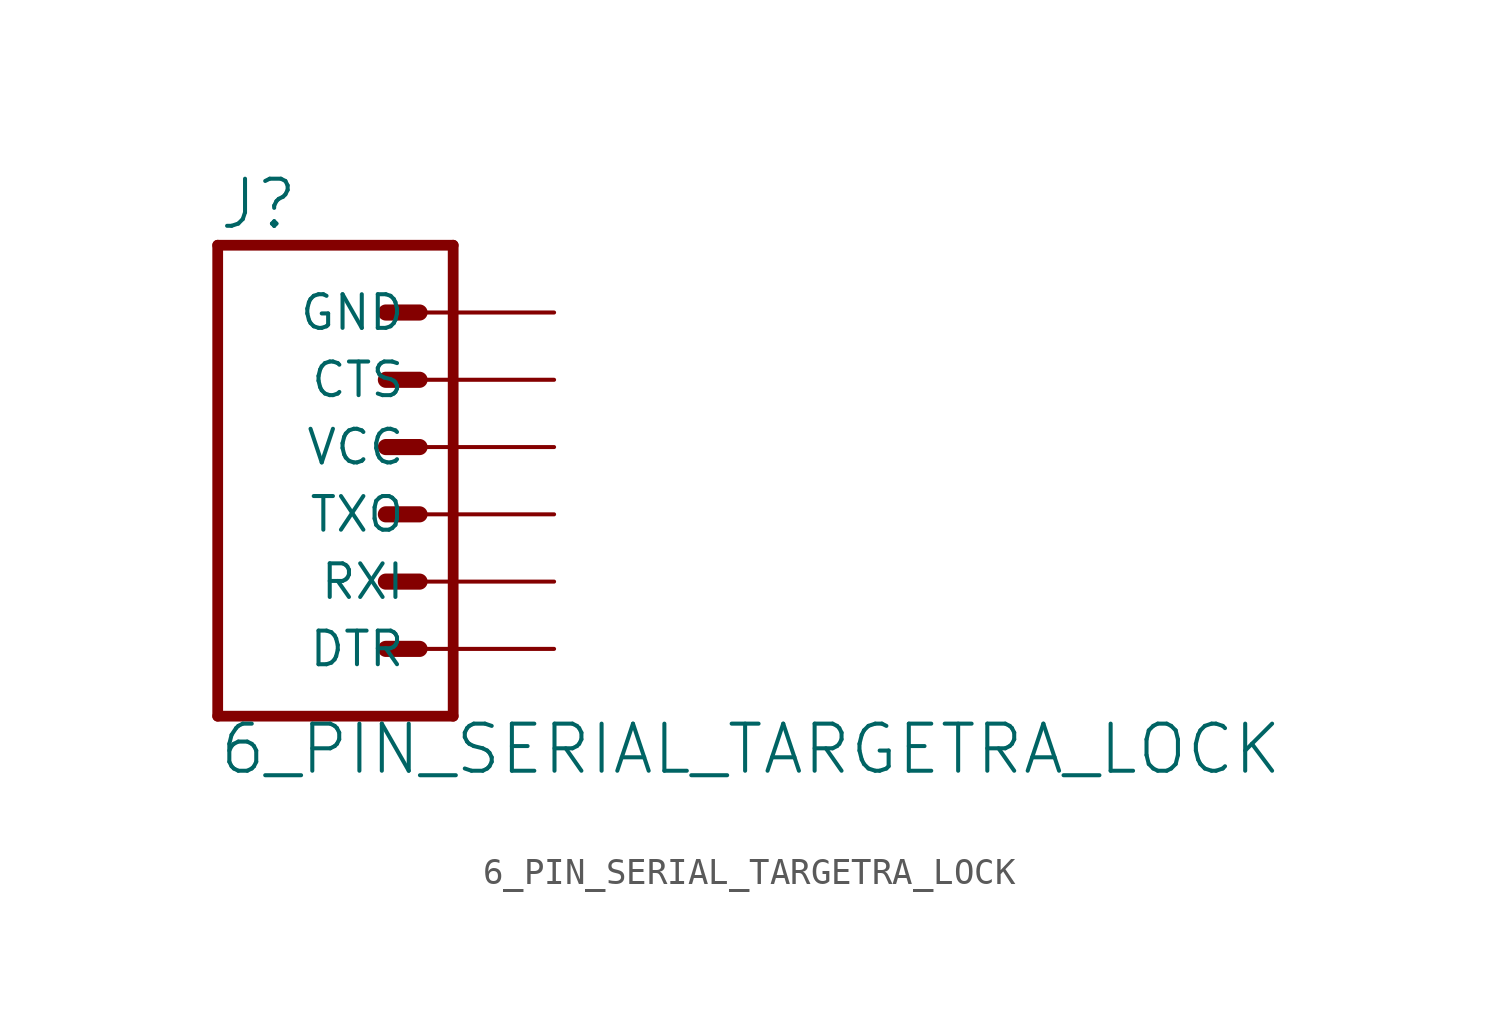
<source format=kicad_sym>
(kicad_symbol_lib
  (version 20211014)
  (generator kicad_symbol_editor)
  (symbol "6_PIN_SERIAL_TARGETRA_LOCK"
    (property "Reference" "J"
      (at -7.62 10.668 0)
      (effects (font (size 1.778 1.778)) (justify left bottom)))
    (property "Value" "6_PIN_SERIAL_TARGETRA_LOCK"
      (at -7.62 -9.906 0)
      (effects (font (size 1.778 1.778)) (justify left bottom)))
    (property "ki_locked" ""
      (at 0 0 0)
      (effects (font (size 1.27 1.27))))
    (symbol "6_PIN_SERIAL_TARGETRA_LOCK_1_0"
      (polyline (pts (xy -7.62 10.16) (xy -7.62 -7.62)) (stroke (width 0.406) (type default) (color 0 0 0 0)) (fill (type none)))
      (polyline (pts (xy -7.62 10.16) (xy 1.27 10.16)) (stroke (width 0.406) (type default) (color 0 0 0 0)) (fill (type none)))
      (polyline (pts (xy -1.27 -5.08) (xy 0 -5.08)) (stroke (width 0.61) (type default) (color 0 0 0 0)) (fill (type none)))
      (polyline (pts (xy -1.27 -2.54) (xy 0 -2.54)) (stroke (width 0.61) (type default) (color 0 0 0 0)) (fill (type none)))
      (polyline (pts (xy -1.27 0) (xy 0 0)) (stroke (width 0.61) (type default) (color 0 0 0 0)) (fill (type none)))
      (polyline (pts (xy -1.27 2.54) (xy 0 2.54)) (stroke (width 0.61) (type default) (color 0 0 0 0)) (fill (type none)))
      (polyline (pts (xy -1.27 5.08) (xy 0 5.08)) (stroke (width 0.61) (type default) (color 0 0 0 0)) (fill (type none)))
      (polyline (pts (xy -1.27 7.62) (xy 0 7.62)) (stroke (width 0.61) (type default) (color 0 0 0 0)) (fill (type none)))
      (polyline (pts (xy 1.27 -7.62) (xy -7.62 -7.62)) (stroke (width 0.406) (type default) (color 0 0 0 0)) (fill (type none)))
      (polyline (pts (xy 1.27 -7.62) (xy 1.27 10.16)) (stroke (width 0.406) (type default) (color 0 0 0 0)) (fill (type none)))
      (pin passive line (at 5.08 7.62 180) (length 5.08) (name "GND" (effects (font (size 1.27 1.27)))) (number "1" (effects (font (size 0 0)))))
      (pin passive line (at 5.08 5.08 180) (length 5.08) (name "CTS" (effects (font (size 1.27 1.27)))) (number "2" (effects (font (size 0 0)))))
      (pin passive line (at 5.08 2.54 180) (length 5.08) (name "VCC" (effects (font (size 1.27 1.27)))) (number "3" (effects (font (size 0 0)))))
      (pin passive line (at 5.08 0 180) (length 5.08) (name "TXO" (effects (font (size 1.27 1.27)))) (number "4" (effects (font (size 0 0)))))
      (pin passive line (at 5.08 -2.54 180) (length 5.08) (name "RXI" (effects (font (size 1.27 1.27)))) (number "5" (effects (font (size 0 0)))))
      (pin passive line (at 5.08 -5.08 180) (length 5.08) (name "DTR" (effects (font (size 1.27 1.27)))) (number "6" (effects (font (size 0 0))))))))
</source>
